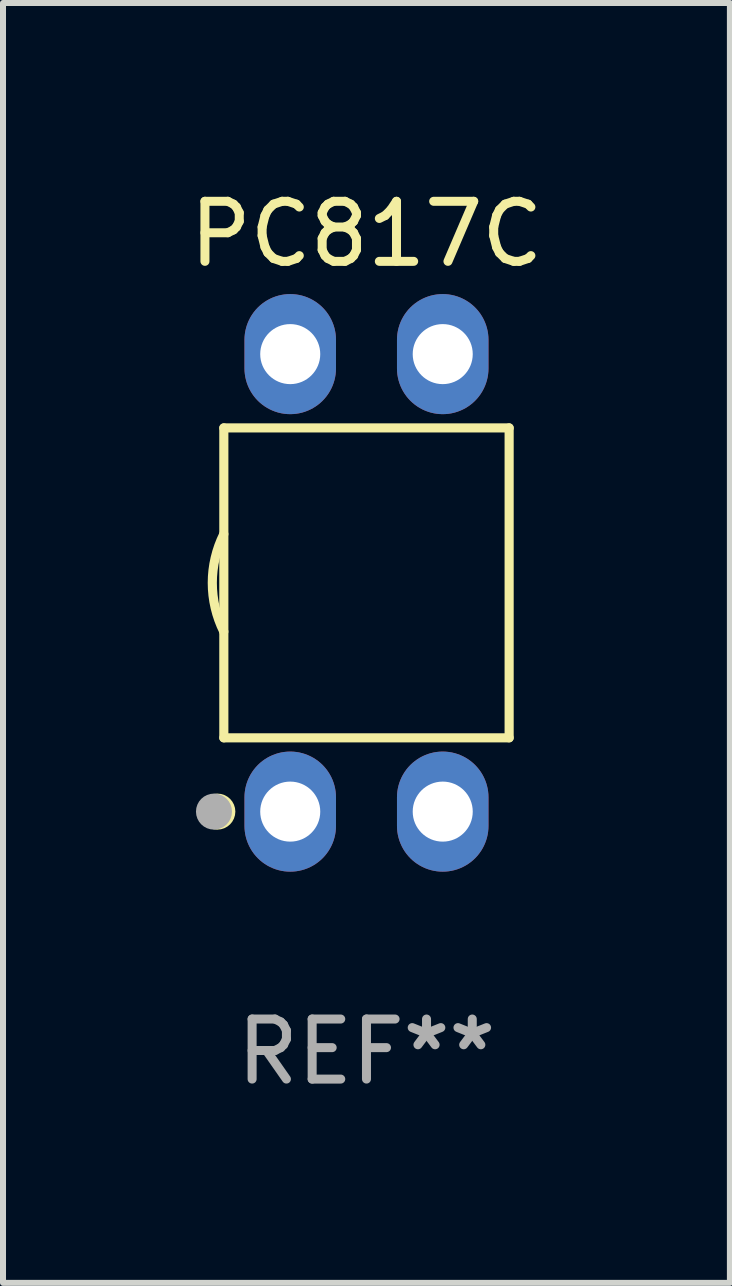
<source format=kicad_pcb>
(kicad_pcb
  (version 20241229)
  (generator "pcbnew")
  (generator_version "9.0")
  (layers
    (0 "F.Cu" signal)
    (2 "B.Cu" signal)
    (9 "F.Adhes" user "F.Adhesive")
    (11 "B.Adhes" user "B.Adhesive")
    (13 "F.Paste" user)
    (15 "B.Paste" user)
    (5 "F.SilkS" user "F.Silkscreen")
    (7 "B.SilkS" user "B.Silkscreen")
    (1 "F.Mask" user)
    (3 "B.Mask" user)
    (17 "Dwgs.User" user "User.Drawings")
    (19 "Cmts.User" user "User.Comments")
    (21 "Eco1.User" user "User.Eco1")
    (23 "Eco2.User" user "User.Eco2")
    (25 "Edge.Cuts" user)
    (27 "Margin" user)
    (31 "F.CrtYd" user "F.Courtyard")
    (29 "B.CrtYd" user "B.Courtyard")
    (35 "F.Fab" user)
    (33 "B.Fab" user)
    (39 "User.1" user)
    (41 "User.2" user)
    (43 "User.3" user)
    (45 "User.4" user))
  (footprint "PC817C"
    (layer "F.Cu")
    (at 3.054 6.658)
    (property "Reference" "PC817C" (at 0 -5.81 0) (layer "F.SilkS") (effects (font (size 1 1) (thickness 0.15))))
    (attr through_hole)
    (fp_line (start -2.376 -2.581) (end 2.376 -2.581) (stroke (width 0.152) (type solid)) (layer "F.SilkS"))
    (fp_line (start -2.376 2.581) (end -2.376 -2.581) (stroke (width 0.152) (type solid)) (layer "F.SilkS"))
    (fp_line (start 2.376 -2.581) (end 2.376 2.581) (stroke (width 0.152) (type solid)) (layer "F.SilkS"))
    (fp_line (start 2.376 2.581) (end -2.376 2.581) (stroke (width 0.152) (type solid)) (layer "F.SilkS"))
    (fp_arc (start -2.3762 0.812496) (mid -2.568004 0) (end -2.3762 -0.812497) (stroke (width 0.1524) (type solid)) (layer "F.SilkS"))
    (fp_circle (center -2.484 3.81) (end -2.334 3.81) (stroke (width 0.3) (type solid)) (fill no) (layer "F.SilkS"))
    (fp_circle (center -2.3 3.935) (end -2.27 3.935) (stroke (width 0.06) (type solid)) (fill no) (layer "F.SilkS"))
    (fp_circle (center -2.54 3.81) (end -2.39 3.81) (stroke (width 0.3) (type solid)) (fill no) (layer "F.Fab"))
    (fp_text user "REF**" (at 0 7.81 0) (layer "F.Fab") (effects (font (size 1 1) (thickness 0.15))))
    (pad "1" thru_hole oval (at -1.27 3.81) (size 1.524 2) (drill 1) (layers "*.Cu" "*.Mask"))
    (pad "2" thru_hole oval (at 1.27 3.81) (size 1.524 2) (drill 1) (layers "*.Cu" "*.Mask"))
    (pad "3" thru_hole oval (at 1.27 -3.81) (size 1.524 2) (drill 1) (layers "*.Cu" "*.Mask"))
    (pad "4" thru_hole oval (at -1.27 -3.81) (size 1.524 2) (drill 1) (layers "*.Cu" "*.Mask")))
  (gr_rect
    (start -3 -3)
    (end 9.107 18.317)
    (stroke (width 0.1) (type default))
    (fill no)
    (layer "Edge.Cuts")))
</source>
